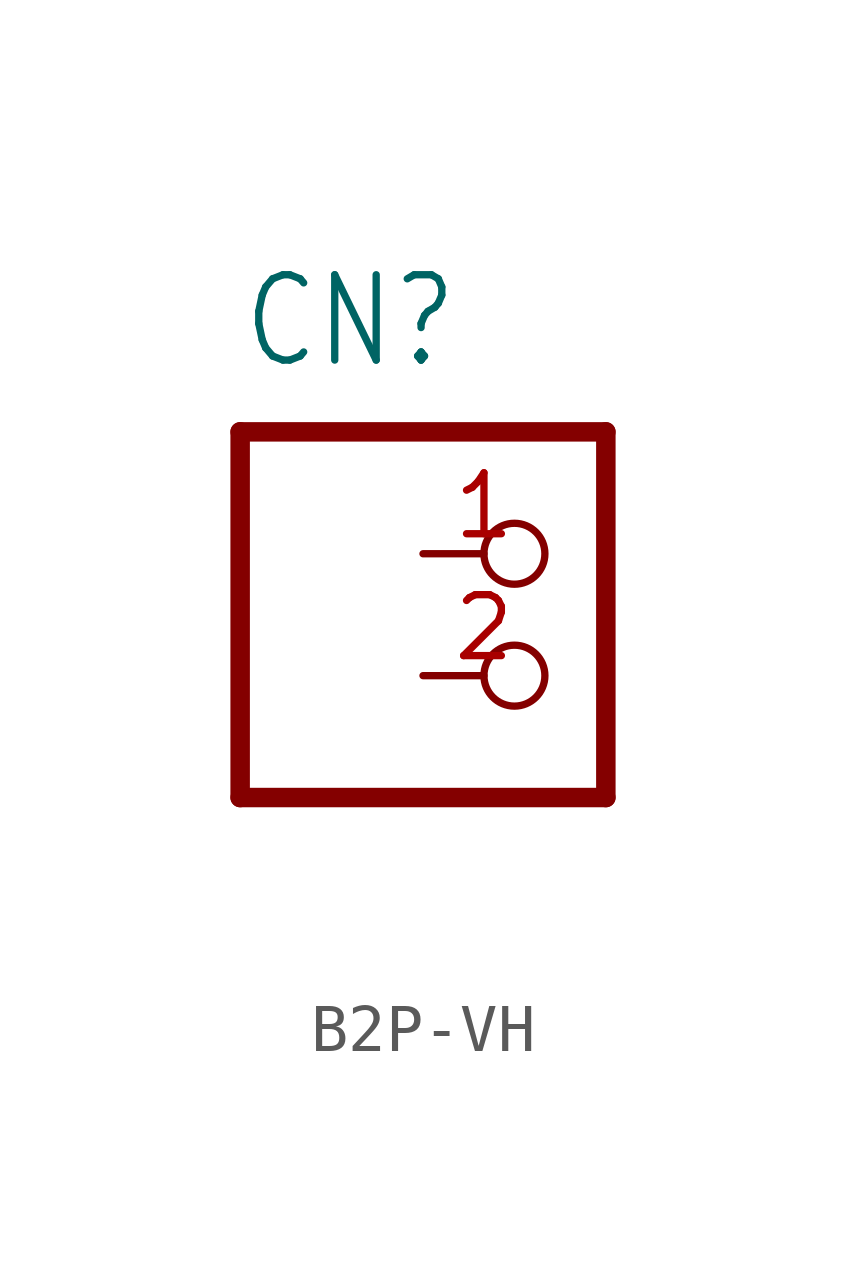
<source format=kicad_sym>
(kicad_symbol_lib
  (version 20231120)
  (generator "kicad_symbol_editor")
  (generator_version "8.0")
  (symbol "B2P-VH"
    (property "Reference" "CN"
      (at -3.81 3.81 0)
      (effects (font (size 1.778 1.511)) (justify left bottom)))
    (property "Value" ""
      (at -3.81 -7.62 0)
      (effects (font (size 1.778 1.511)) (justify left bottom)))
    (property "ki_locked" ""
      (at 0 0 0)
      (effects (font (size 1.27 1.27))))
    (symbol "B2P-VH_1_0"
      (polyline (pts (xy -3.81 -5.08) (xy 3.81 -5.08)) (stroke (width 0.406) (type solid)) (fill (type none)))
      (polyline (pts (xy -3.81 2.54) (xy -3.81 -5.08)) (stroke (width 0.406) (type solid)) (fill (type none)))
      (polyline (pts (xy 3.81 -5.08) (xy 3.81 2.54)) (stroke (width 0.406) (type solid)) (fill (type none)))
      (polyline (pts (xy 3.81 2.54) (xy -3.81 2.54)) (stroke (width 0.406) (type solid)) (fill (type none)))
      (pin passive inverted (at 0 0 0) (length 2.54) (name "1" (effects (font (size 0 0)))) (number "1" (effects (font (size 1.27 1.27)))))
      (pin passive inverted (at 0 -2.54 0) (length 2.54) (name "2" (effects (font (size 0 0)))) (number "2" (effects (font (size 1.27 1.27))))))))
</source>
